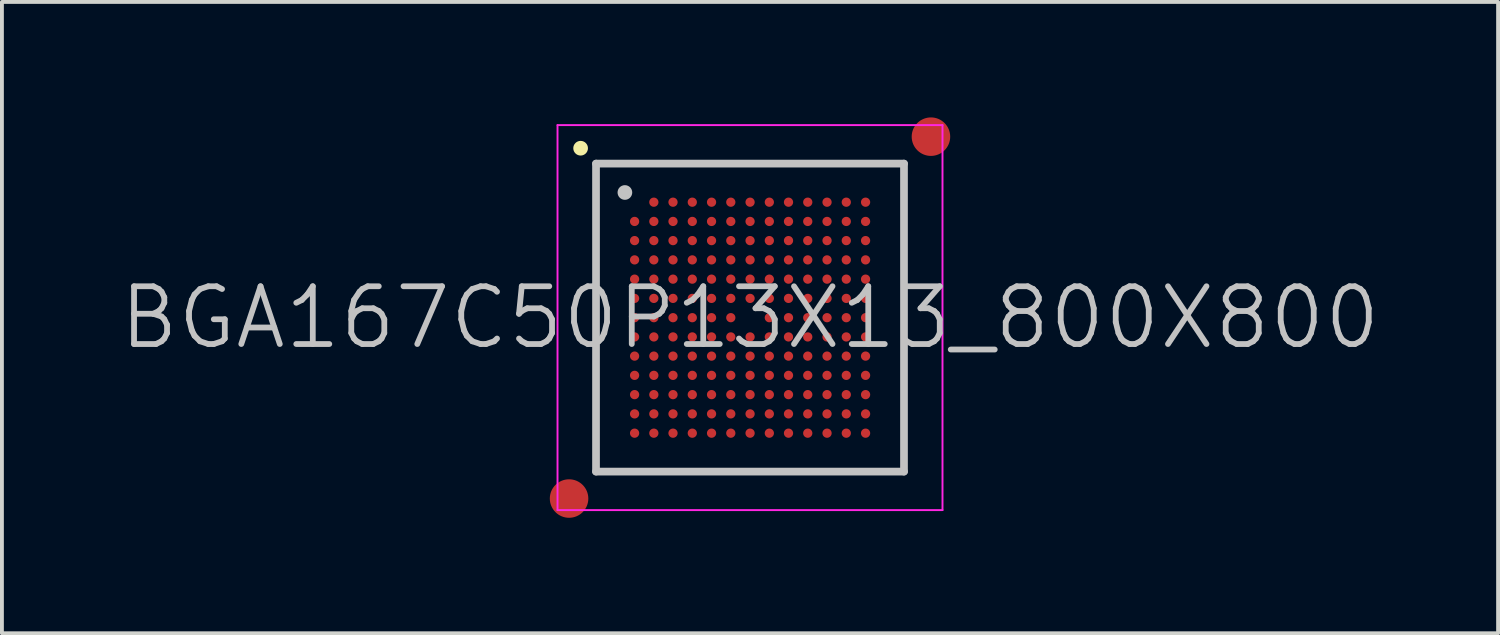
<source format=kicad_pcb>
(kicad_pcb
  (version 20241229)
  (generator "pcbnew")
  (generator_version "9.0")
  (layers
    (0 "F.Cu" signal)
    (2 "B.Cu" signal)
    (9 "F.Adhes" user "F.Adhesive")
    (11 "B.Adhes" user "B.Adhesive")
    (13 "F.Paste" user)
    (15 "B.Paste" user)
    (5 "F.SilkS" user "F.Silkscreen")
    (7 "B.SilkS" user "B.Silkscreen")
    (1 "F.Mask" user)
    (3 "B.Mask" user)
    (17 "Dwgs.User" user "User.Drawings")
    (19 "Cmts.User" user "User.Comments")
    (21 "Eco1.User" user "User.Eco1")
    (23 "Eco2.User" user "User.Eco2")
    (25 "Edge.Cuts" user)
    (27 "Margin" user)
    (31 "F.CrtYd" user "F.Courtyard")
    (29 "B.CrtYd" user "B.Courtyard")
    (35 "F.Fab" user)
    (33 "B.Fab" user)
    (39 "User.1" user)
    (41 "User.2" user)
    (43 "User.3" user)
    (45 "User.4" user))
  (footprint "BGA167C50P13X13_800X800"
    (layer "F.Cu")
    (at 16.432 5.2)
    (property "Reference" "BGA167C50P13X13_800X800" (at 0 0 0) (layer "Dwgs.User") (effects (font (size 1.5 1.5) (thickness 0.15))))
    (attr smd)
    (fp_line (start -4.4 -4.4) (end -4.4 -4.4) (stroke (width 0.381) (type solid)) (layer "F.SilkS"))
    (fp_line (start -4 -4) (end -4 4) (stroke (width 0.2) (type solid)) (layer "Dwgs.User"))
    (fp_line (start -4 -4) (end 4 -4) (stroke (width 0.2) (type solid)) (layer "Dwgs.User"))
    (fp_line (start -4 4) (end 4 4) (stroke (width 0.2) (type solid)) (layer "Dwgs.User"))
    (fp_line (start -3.25 -3.25) (end -3.25 -3.25) (stroke (width 0.381) (type solid)) (layer "Dwgs.User"))
    (fp_line (start 4 -4) (end 4 4) (stroke (width 0.2) (type solid)) (layer "Dwgs.User"))
    (fp_line (start -5 -5) (end -5 5) (stroke (width 0.05) (type solid)) (layer "F.CrtYd"))
    (fp_line (start -5 -5) (end 5 -5) (stroke (width 0.05) (type solid)) (layer "F.CrtYd"))
    (fp_line (start -5 5) (end 5 5) (stroke (width 0.05) (type solid)) (layer "F.CrtYd"))
    (fp_line (start 5 -5) (end 5 5) (stroke (width 0.05) (type solid)) (layer "F.CrtYd"))
    (pad "" smd circle (at -4.7 4.7) (size 1 1) (layers "F.Cu" "F.Mask"))
    (pad "" smd circle (at 4.7 -4.7) (size 1 1) (layers "F.Cu" "F.Mask"))
    (pad "A2" smd circle (at -2.498 -2.998) (size 0.24 0.24) (layers "F.Cu" "F.Mask" "F.Paste"))
    (pad "A3" smd circle (at -2 -2.998) (size 0.24 0.24) (layers "F.Cu" "F.Mask" "F.Paste"))
    (pad "A4" smd circle (at -1.499 -2.998) (size 0.24 0.24) (layers "F.Cu" "F.Mask" "F.Paste"))
    (pad "A5" smd circle (at -0.999 -2.998) (size 0.24 0.24) (layers "F.Cu" "F.Mask" "F.Paste"))
    (pad "A6" smd circle (at -0.499 -2.998) (size 0.24 0.24) (layers "F.Cu" "F.Mask" "F.Paste"))
    (pad "A7" smd circle (at 0.002 -2.998) (size 0.24 0.24) (layers "F.Cu" "F.Mask" "F.Paste"))
    (pad "A8" smd circle (at 0.502 -2.998) (size 0.24 0.24) (layers "F.Cu" "F.Mask" "F.Paste"))
    (pad "A9" smd circle (at 1 -2.998) (size 0.24 0.24) (layers "F.Cu" "F.Mask" "F.Paste"))
    (pad "A10" smd circle (at 1.5 -2.998) (size 0.24 0.24) (layers "F.Cu" "F.Mask" "F.Paste"))
    (pad "A11" smd circle (at 2.001 -2.998) (size 0.24 0.24) (layers "F.Cu" "F.Mask" "F.Paste"))
    (pad "A12" smd circle (at 2.501 -2.998) (size 0.24 0.24) (layers "F.Cu" "F.Mask" "F.Paste"))
    (pad "A13" smd circle (at 3.002 -2.998) (size 0.24 0.24) (layers "F.Cu" "F.Mask" "F.Paste"))
    (pad "B1" smd circle (at -2.998 -2.498) (size 0.24 0.24) (layers "F.Cu" "F.Mask" "F.Paste"))
    (pad "B2" smd circle (at -2.498 -2.498) (size 0.24 0.24) (layers "F.Cu" "F.Mask" "F.Paste"))
    (pad "B3" smd circle (at -2 -2.498) (size 0.24 0.24) (layers "F.Cu" "F.Mask" "F.Paste"))
    (pad "B4" smd circle (at -1.499 -2.498) (size 0.24 0.24) (layers "F.Cu" "F.Mask" "F.Paste"))
    (pad "B5" smd circle (at -0.999 -2.498) (size 0.24 0.24) (layers "F.Cu" "F.Mask" "F.Paste"))
    (pad "B6" smd circle (at -0.499 -2.498) (size 0.24 0.24) (layers "F.Cu" "F.Mask" "F.Paste"))
    (pad "B7" smd circle (at 0.002 -2.498) (size 0.24 0.24) (layers "F.Cu" "F.Mask" "F.Paste"))
    (pad "B8" smd circle (at 0.502 -2.498) (size 0.24 0.24) (layers "F.Cu" "F.Mask" "F.Paste"))
    (pad "B9" smd circle (at 1 -2.498) (size 0.24 0.24) (layers "F.Cu" "F.Mask" "F.Paste"))
    (pad "B10" smd circle (at 1.5 -2.498) (size 0.24 0.24) (layers "F.Cu" "F.Mask" "F.Paste"))
    (pad "B11" smd circle (at 2.001 -2.498) (size 0.24 0.24) (layers "F.Cu" "F.Mask" "F.Paste"))
    (pad "B12" smd circle (at 2.501 -2.498) (size 0.24 0.24) (layers "F.Cu" "F.Mask" "F.Paste"))
    (pad "B13" smd circle (at 3.002 -2.498) (size 0.24 0.24) (layers "F.Cu" "F.Mask" "F.Paste"))
    (pad "C1" smd circle (at -2.998 -2) (size 0.24 0.24) (layers "F.Cu" "F.Mask" "F.Paste"))
    (pad "C2" smd circle (at -2.498 -2) (size 0.24 0.24) (layers "F.Cu" "F.Mask" "F.Paste"))
    (pad "C3" smd circle (at -2 -2) (size 0.24 0.24) (layers "F.Cu" "F.Mask" "F.Paste"))
    (pad "C4" smd circle (at -1.499 -2) (size 0.24 0.24) (layers "F.Cu" "F.Mask" "F.Paste"))
    (pad "C5" smd circle (at -0.999 -2) (size 0.24 0.24) (layers "F.Cu" "F.Mask" "F.Paste"))
    (pad "C6" smd circle (at -0.499 -2) (size 0.24 0.24) (layers "F.Cu" "F.Mask" "F.Paste"))
    (pad "C7" smd circle (at 0.002 -2) (size 0.24 0.24) (layers "F.Cu" "F.Mask" "F.Paste"))
    (pad "C8" smd circle (at 0.502 -2) (size 0.24 0.24) (layers "F.Cu" "F.Mask" "F.Paste"))
    (pad "C9" smd circle (at 1 -2) (size 0.24 0.24) (layers "F.Cu" "F.Mask" "F.Paste"))
    (pad "C10" smd circle (at 1.5 -2) (size 0.24 0.24) (layers "F.Cu" "F.Mask" "F.Paste"))
    (pad "C11" smd circle (at 2.001 -2) (size 0.24 0.24) (layers "F.Cu" "F.Mask" "F.Paste"))
    (pad "C12" smd circle (at 2.501 -2) (size 0.24 0.24) (layers "F.Cu" "F.Mask" "F.Paste"))
    (pad "C13" smd circle (at 3.002 -2) (size 0.24 0.24) (layers "F.Cu" "F.Mask" "F.Paste"))
    (pad "D1" smd circle (at -2.998 -1.499) (size 0.24 0.24) (layers "F.Cu" "F.Mask" "F.Paste"))
    (pad "D2" smd circle (at -2.498 -1.499) (size 0.24 0.24) (layers "F.Cu" "F.Mask" "F.Paste"))
    (pad "D3" smd circle (at -2 -1.499) (size 0.24 0.24) (layers "F.Cu" "F.Mask" "F.Paste"))
    (pad "D4" smd circle (at -1.499 -1.499) (size 0.24 0.24) (layers "F.Cu" "F.Mask" "F.Paste"))
    (pad "D5" smd circle (at -0.999 -1.499) (size 0.24 0.24) (layers "F.Cu" "F.Mask" "F.Paste"))
    (pad "D6" smd circle (at -0.499 -1.499) (size 0.24 0.24) (layers "F.Cu" "F.Mask" "F.Paste"))
    (pad "D7" smd circle (at 0.002 -1.499) (size 0.24 0.24) (layers "F.Cu" "F.Mask" "F.Paste"))
    (pad "D8" smd circle (at 0.502 -1.499) (size 0.24 0.24) (layers "F.Cu" "F.Mask" "F.Paste"))
    (pad "D9" smd circle (at 1 -1.499) (size 0.24 0.24) (layers "F.Cu" "F.Mask" "F.Paste"))
    (pad "D10" smd circle (at 1.5 -1.499) (size 0.24 0.24) (layers "F.Cu" "F.Mask" "F.Paste"))
    (pad "D11" smd circle (at 2.001 -1.499) (size 0.24 0.24) (layers "F.Cu" "F.Mask" "F.Paste"))
    (pad "D12" smd circle (at 2.501 -1.499) (size 0.24 0.24) (layers "F.Cu" "F.Mask" "F.Paste"))
    (pad "D13" smd circle (at 3.002 -1.499) (size 0.24 0.24) (layers "F.Cu" "F.Mask" "F.Paste"))
    (pad "E1" smd circle (at -2.998 -0.999) (size 0.24 0.24) (layers "F.Cu" "F.Mask" "F.Paste"))
    (pad "E2" smd circle (at -2.498 -0.999) (size 0.24 0.24) (layers "F.Cu" "F.Mask" "F.Paste"))
    (pad "E3" smd circle (at -2 -0.999) (size 0.24 0.24) (layers "F.Cu" "F.Mask" "F.Paste"))
    (pad "E4" smd circle (at -1.499 -0.999) (size 0.24 0.24) (layers "F.Cu" "F.Mask" "F.Paste"))
    (pad "E5" smd circle (at -0.999 -0.999) (size 0.24 0.24) (layers "F.Cu" "F.Mask" "F.Paste"))
    (pad "E6" smd circle (at -0.499 -0.999) (size 0.24 0.24) (layers "F.Cu" "F.Mask" "F.Paste"))
    (pad "E7" smd circle (at 0.002 -0.999) (size 0.24 0.24) (layers "F.Cu" "F.Mask" "F.Paste"))
    (pad "E8" smd circle (at 0.502 -0.999) (size 0.24 0.24) (layers "F.Cu" "F.Mask" "F.Paste"))
    (pad "E9" smd circle (at 1 -0.999) (size 0.24 0.24) (layers "F.Cu" "F.Mask" "F.Paste"))
    (pad "E10" smd circle (at 1.5 -0.999) (size 0.24 0.24) (layers "F.Cu" "F.Mask" "F.Paste"))
    (pad "E11" smd circle (at 2.001 -0.999) (size 0.24 0.24) (layers "F.Cu" "F.Mask" "F.Paste"))
    (pad "E12" smd circle (at 2.501 -0.999) (size 0.24 0.24) (layers "F.Cu" "F.Mask" "F.Paste"))
    (pad "E13" smd circle (at 3.002 -0.999) (size 0.24 0.24) (layers "F.Cu" "F.Mask" "F.Paste"))
    (pad "F1" smd circle (at -2.998 -0.499) (size 0.24 0.24) (layers "F.Cu" "F.Mask" "F.Paste"))
    (pad "F2" smd circle (at -2.498 -0.499) (size 0.24 0.24) (layers "F.Cu" "F.Mask" "F.Paste"))
    (pad "F3" smd circle (at -2 -0.499) (size 0.24 0.24) (layers "F.Cu" "F.Mask" "F.Paste"))
    (pad "F4" smd circle (at -1.499 -0.499) (size 0.24 0.24) (layers "F.Cu" "F.Mask" "F.Paste"))
    (pad "F5" smd circle (at -0.999 -0.499) (size 0.24 0.24) (layers "F.Cu" "F.Mask" "F.Paste"))
    (pad "F6" smd circle (at -0.499 -0.499) (size 0.24 0.24) (layers "F.Cu" "F.Mask" "F.Paste"))
    (pad "F7" smd circle (at 0.002 -0.499) (size 0.24 0.24) (layers "F.Cu" "F.Mask" "F.Paste"))
    (pad "F8" smd circle (at 0.502 -0.499) (size 0.24 0.24) (layers "F.Cu" "F.Mask" "F.Paste"))
    (pad "F9" smd circle (at 1 -0.499) (size 0.24 0.24) (layers "F.Cu" "F.Mask" "F.Paste"))
    (pad "F10" smd circle (at 1.5 -0.499) (size 0.24 0.24) (layers "F.Cu" "F.Mask" "F.Paste"))
    (pad "F11" smd circle (at 2.001 -0.499) (size 0.24 0.24) (layers "F.Cu" "F.Mask" "F.Paste"))
    (pad "F12" smd circle (at 2.501 -0.499) (size 0.24 0.24) (layers "F.Cu" "F.Mask" "F.Paste"))
    (pad "F13" smd circle (at 3.002 -0.499) (size 0.24 0.24) (layers "F.Cu" "F.Mask" "F.Paste"))
    (pad "G1" smd circle (at -2.998 0.002) (size 0.24 0.24) (layers "F.Cu" "F.Mask" "F.Paste"))
    (pad "G2" smd circle (at -2.498 0.002) (size 0.24 0.24) (layers "F.Cu" "F.Mask" "F.Paste"))
    (pad "G3" smd circle (at -2 0.002) (size 0.24 0.24) (layers "F.Cu" "F.Mask" "F.Paste"))
    (pad "G4" smd circle (at -1.499 0.002) (size 0.24 0.24) (layers "F.Cu" "F.Mask" "F.Paste"))
    (pad "G5" smd circle (at -0.999 0.002) (size 0.24 0.24) (layers "F.Cu" "F.Mask" "F.Paste"))
    (pad "G6" smd circle (at -0.499 0.002) (size 0.24 0.24) (layers "F.Cu" "F.Mask" "F.Paste"))
    (pad "G8" smd circle (at 0.502 0.002) (size 0.24 0.24) (layers "F.Cu" "F.Mask" "F.Paste"))
    (pad "G9" smd circle (at 1 0.002) (size 0.24 0.24) (layers "F.Cu" "F.Mask" "F.Paste"))
    (pad "G10" smd circle (at 1.5 0.002) (size 0.24 0.24) (layers "F.Cu" "F.Mask" "F.Paste"))
    (pad "G11" smd circle (at 2.001 0.002) (size 0.24 0.24) (layers "F.Cu" "F.Mask" "F.Paste"))
    (pad "G12" smd circle (at 2.501 0.002) (size 0.24 0.24) (layers "F.Cu" "F.Mask" "F.Paste"))
    (pad "G13" smd circle (at 3.002 0.002) (size 0.24 0.24) (layers "F.Cu" "F.Mask" "F.Paste"))
    (pad "H1" smd circle (at -2.998 0.502) (size 0.24 0.24) (layers "F.Cu" "F.Mask" "F.Paste"))
    (pad "H2" smd circle (at -2.498 0.502) (size 0.24 0.24) (layers "F.Cu" "F.Mask" "F.Paste"))
    (pad "H3" smd circle (at -2 0.502) (size 0.24 0.24) (layers "F.Cu" "F.Mask" "F.Paste"))
    (pad "H4" smd circle (at -1.499 0.502) (size 0.24 0.24) (layers "F.Cu" "F.Mask" "F.Paste"))
    (pad "H5" smd circle (at -0.999 0.502) (size 0.24 0.24) (layers "F.Cu" "F.Mask" "F.Paste"))
    (pad "H6" smd circle (at -0.499 0.502) (size 0.24 0.24) (layers "F.Cu" "F.Mask" "F.Paste"))
    (pad "H7" smd circle (at 0.002 0.502) (size 0.24 0.24) (layers "F.Cu" "F.Mask" "F.Paste"))
    (pad "H8" smd circle (at 0.502 0.502) (size 0.24 0.24) (layers "F.Cu" "F.Mask" "F.Paste"))
    (pad "H9" smd circle (at 1 0.502) (size 0.24 0.24) (layers "F.Cu" "F.Mask" "F.Paste"))
    (pad "H10" smd circle (at 1.5 0.502) (size 0.24 0.24) (layers "F.Cu" "F.Mask" "F.Paste"))
    (pad "H11" smd circle (at 2.001 0.502) (size 0.24 0.24) (layers "F.Cu" "F.Mask" "F.Paste"))
    (pad "H12" smd circle (at 2.501 0.502) (size 0.24 0.24) (layers "F.Cu" "F.Mask" "F.Paste"))
    (pad "H13" smd circle (at 3.002 0.502) (size 0.24 0.24) (layers "F.Cu" "F.Mask" "F.Paste"))
    (pad "J1" smd circle (at -2.998 1) (size 0.24 0.24) (layers "F.Cu" "F.Mask" "F.Paste"))
    (pad "J2" smd circle (at -2.498 1) (size 0.24 0.24) (layers "F.Cu" "F.Mask" "F.Paste"))
    (pad "J3" smd circle (at -2 1) (size 0.24 0.24) (layers "F.Cu" "F.Mask" "F.Paste"))
    (pad "J4" smd circle (at -1.499 1) (size 0.24 0.24) (layers "F.Cu" "F.Mask" "F.Paste"))
    (pad "J5" smd circle (at -0.999 1) (size 0.24 0.24) (layers "F.Cu" "F.Mask" "F.Paste"))
    (pad "J6" smd circle (at -0.499 1) (size 0.24 0.24) (layers "F.Cu" "F.Mask" "F.Paste"))
    (pad "J7" smd circle (at 0.002 1) (size 0.24 0.24) (layers "F.Cu" "F.Mask" "F.Paste"))
    (pad "J8" smd circle (at 0.502 1) (size 0.24 0.24) (layers "F.Cu" "F.Mask" "F.Paste"))
    (pad "J9" smd circle (at 1 1) (size 0.24 0.24) (layers "F.Cu" "F.Mask" "F.Paste"))
    (pad "J10" smd circle (at 1.5 1) (size 0.24 0.24) (layers "F.Cu" "F.Mask" "F.Paste"))
    (pad "J11" smd circle (at 2.001 1) (size 0.24 0.24) (layers "F.Cu" "F.Mask" "F.Paste"))
    (pad "J12" smd circle (at 2.501 1) (size 0.24 0.24) (layers "F.Cu" "F.Mask" "F.Paste"))
    (pad "J13" smd circle (at 3.002 1) (size 0.24 0.24) (layers "F.Cu" "F.Mask" "F.Paste"))
    (pad "K1" smd circle (at -2.998 1.5) (size 0.24 0.24) (layers "F.Cu" "F.Mask" "F.Paste"))
    (pad "K2" smd circle (at -2.498 1.5) (size 0.24 0.24) (layers "F.Cu" "F.Mask" "F.Paste"))
    (pad "K3" smd circle (at -2 1.5) (size 0.24 0.24) (layers "F.Cu" "F.Mask" "F.Paste"))
    (pad "K4" smd circle (at -1.499 1.5) (size 0.24 0.24) (layers "F.Cu" "F.Mask" "F.Paste"))
    (pad "K5" smd circle (at -0.999 1.5) (size 0.24 0.24) (layers "F.Cu" "F.Mask" "F.Paste"))
    (pad "K6" smd circle (at -0.499 1.5) (size 0.24 0.24) (layers "F.Cu" "F.Mask" "F.Paste"))
    (pad "K7" smd circle (at 0.002 1.5) (size 0.24 0.24) (layers "F.Cu" "F.Mask" "F.Paste"))
    (pad "K8" smd circle (at 0.502 1.5) (size 0.24 0.24) (layers "F.Cu" "F.Mask" "F.Paste"))
    (pad "K9" smd circle (at 1 1.5) (size 0.24 0.24) (layers "F.Cu" "F.Mask" "F.Paste"))
    (pad "K10" smd circle (at 1.5 1.5) (size 0.24 0.24) (layers "F.Cu" "F.Mask" "F.Paste"))
    (pad "K11" smd circle (at 2.001 1.5) (size 0.24 0.24) (layers "F.Cu" "F.Mask" "F.Paste"))
    (pad "K12" smd circle (at 2.501 1.5) (size 0.24 0.24) (layers "F.Cu" "F.Mask" "F.Paste"))
    (pad "K13" smd circle (at 3.002 1.5) (size 0.24 0.24) (layers "F.Cu" "F.Mask" "F.Paste"))
    (pad "L1" smd circle (at -2.998 2.001) (size 0.24 0.24) (layers "F.Cu" "F.Mask" "F.Paste"))
    (pad "L2" smd circle (at -2.498 2.001) (size 0.24 0.24) (layers "F.Cu" "F.Mask" "F.Paste"))
    (pad "L3" smd circle (at -2 2.001) (size 0.24 0.24) (layers "F.Cu" "F.Mask" "F.Paste"))
    (pad "L4" smd circle (at -1.499 2.001) (size 0.24 0.24) (layers "F.Cu" "F.Mask" "F.Paste"))
    (pad "L5" smd circle (at -0.999 2.001) (size 0.24 0.24) (layers "F.Cu" "F.Mask" "F.Paste"))
    (pad "L6" smd circle (at -0.499 2.001) (size 0.24 0.24) (layers "F.Cu" "F.Mask" "F.Paste"))
    (pad "L7" smd circle (at 0.002 2.001) (size 0.24 0.24) (layers "F.Cu" "F.Mask" "F.Paste"))
    (pad "L8" smd circle (at 0.502 2.001) (size 0.24 0.24) (layers "F.Cu" "F.Mask" "F.Paste"))
    (pad "L9" smd circle (at 1 2.001) (size 0.24 0.24) (layers "F.Cu" "F.Mask" "F.Paste"))
    (pad "L10" smd circle (at 1.5 2.001) (size 0.24 0.24) (layers "F.Cu" "F.Mask" "F.Paste"))
    (pad "L11" smd circle (at 2.001 2.001) (size 0.24 0.24) (layers "F.Cu" "F.Mask" "F.Paste"))
    (pad "L12" smd circle (at 2.501 2.001) (size 0.24 0.24) (layers "F.Cu" "F.Mask" "F.Paste"))
    (pad "L13" smd circle (at 3.002 2.001) (size 0.24 0.24) (layers "F.Cu" "F.Mask" "F.Paste"))
    (pad "M1" smd circle (at -2.998 2.501) (size 0.24 0.24) (layers "F.Cu" "F.Mask" "F.Paste"))
    (pad "M2" smd circle (at -2.498 2.501) (size 0.24 0.24) (layers "F.Cu" "F.Mask" "F.Paste"))
    (pad "M3" smd circle (at -2 2.501) (size 0.24 0.24) (layers "F.Cu" "F.Mask" "F.Paste"))
    (pad "M4" smd circle (at -1.499 2.501) (size 0.24 0.24) (layers "F.Cu" "F.Mask" "F.Paste"))
    (pad "M5" smd circle (at -0.999 2.501) (size 0.24 0.24) (layers "F.Cu" "F.Mask" "F.Paste"))
    (pad "M6" smd circle (at -0.499 2.501) (size 0.24 0.24) (layers "F.Cu" "F.Mask" "F.Paste"))
    (pad "M7" smd circle (at 0.002 2.501) (size 0.24 0.24) (layers "F.Cu" "F.Mask" "F.Paste"))
    (pad "M8" smd circle (at 0.502 2.501) (size 0.24 0.24) (layers "F.Cu" "F.Mask" "F.Paste"))
    (pad "M9" smd circle (at 1 2.501) (size 0.24 0.24) (layers "F.Cu" "F.Mask" "F.Paste"))
    (pad "M10" smd circle (at 1.5 2.501) (size 0.24 0.24) (layers "F.Cu" "F.Mask" "F.Paste"))
    (pad "M11" smd circle (at 2.001 2.501) (size 0.24 0.24) (layers "F.Cu" "F.Mask" "F.Paste"))
    (pad "M12" smd circle (at 2.501 2.501) (size 0.24 0.24) (layers "F.Cu" "F.Mask" "F.Paste"))
    (pad "M13" smd circle (at 3.002 2.501) (size 0.24 0.24) (layers "F.Cu" "F.Mask" "F.Paste"))
    (pad "N1" smd circle (at -2.998 3.002) (size 0.24 0.24) (layers "F.Cu" "F.Mask" "F.Paste"))
    (pad "N2" smd circle (at -2.498 3.002) (size 0.24 0.24) (layers "F.Cu" "F.Mask" "F.Paste"))
    (pad "N3" smd circle (at -2 3.002) (size 0.24 0.24) (layers "F.Cu" "F.Mask" "F.Paste"))
    (pad "N4" smd circle (at -1.499 3.002) (size 0.24 0.24) (layers "F.Cu" "F.Mask" "F.Paste"))
    (pad "N5" smd circle (at -0.999 3.002) (size 0.24 0.24) (layers "F.Cu" "F.Mask" "F.Paste"))
    (pad "N6" smd circle (at -0.499 3.002) (size 0.24 0.24) (layers "F.Cu" "F.Mask" "F.Paste"))
    (pad "N7" smd circle (at 0.002 3.002) (size 0.24 0.24) (layers "F.Cu" "F.Mask" "F.Paste"))
    (pad "N8" smd circle (at 0.502 3.002) (size 0.24 0.24) (layers "F.Cu" "F.Mask" "F.Paste"))
    (pad "N9" smd circle (at 1 3.002) (size 0.24 0.24) (layers "F.Cu" "F.Mask" "F.Paste"))
    (pad "N10" smd circle (at 1.5 3.002) (size 0.24 0.24) (layers "F.Cu" "F.Mask" "F.Paste"))
    (pad "N11" smd circle (at 2.001 3.002) (size 0.24 0.24) (layers "F.Cu" "F.Mask" "F.Paste"))
    (pad "N12" smd circle (at 2.501 3.002) (size 0.24 0.24) (layers "F.Cu" "F.Mask" "F.Paste"))
    (pad "N13" smd circle (at 3.002 3.002) (size 0.24 0.24) (layers "F.Cu" "F.Mask" "F.Paste")))
  (gr_rect
    (start -3 -3)
    (end 35.864 13.4)
    (stroke (width 0.1) (type default))
    (fill no)
    (layer "Edge.Cuts")))
</source>
